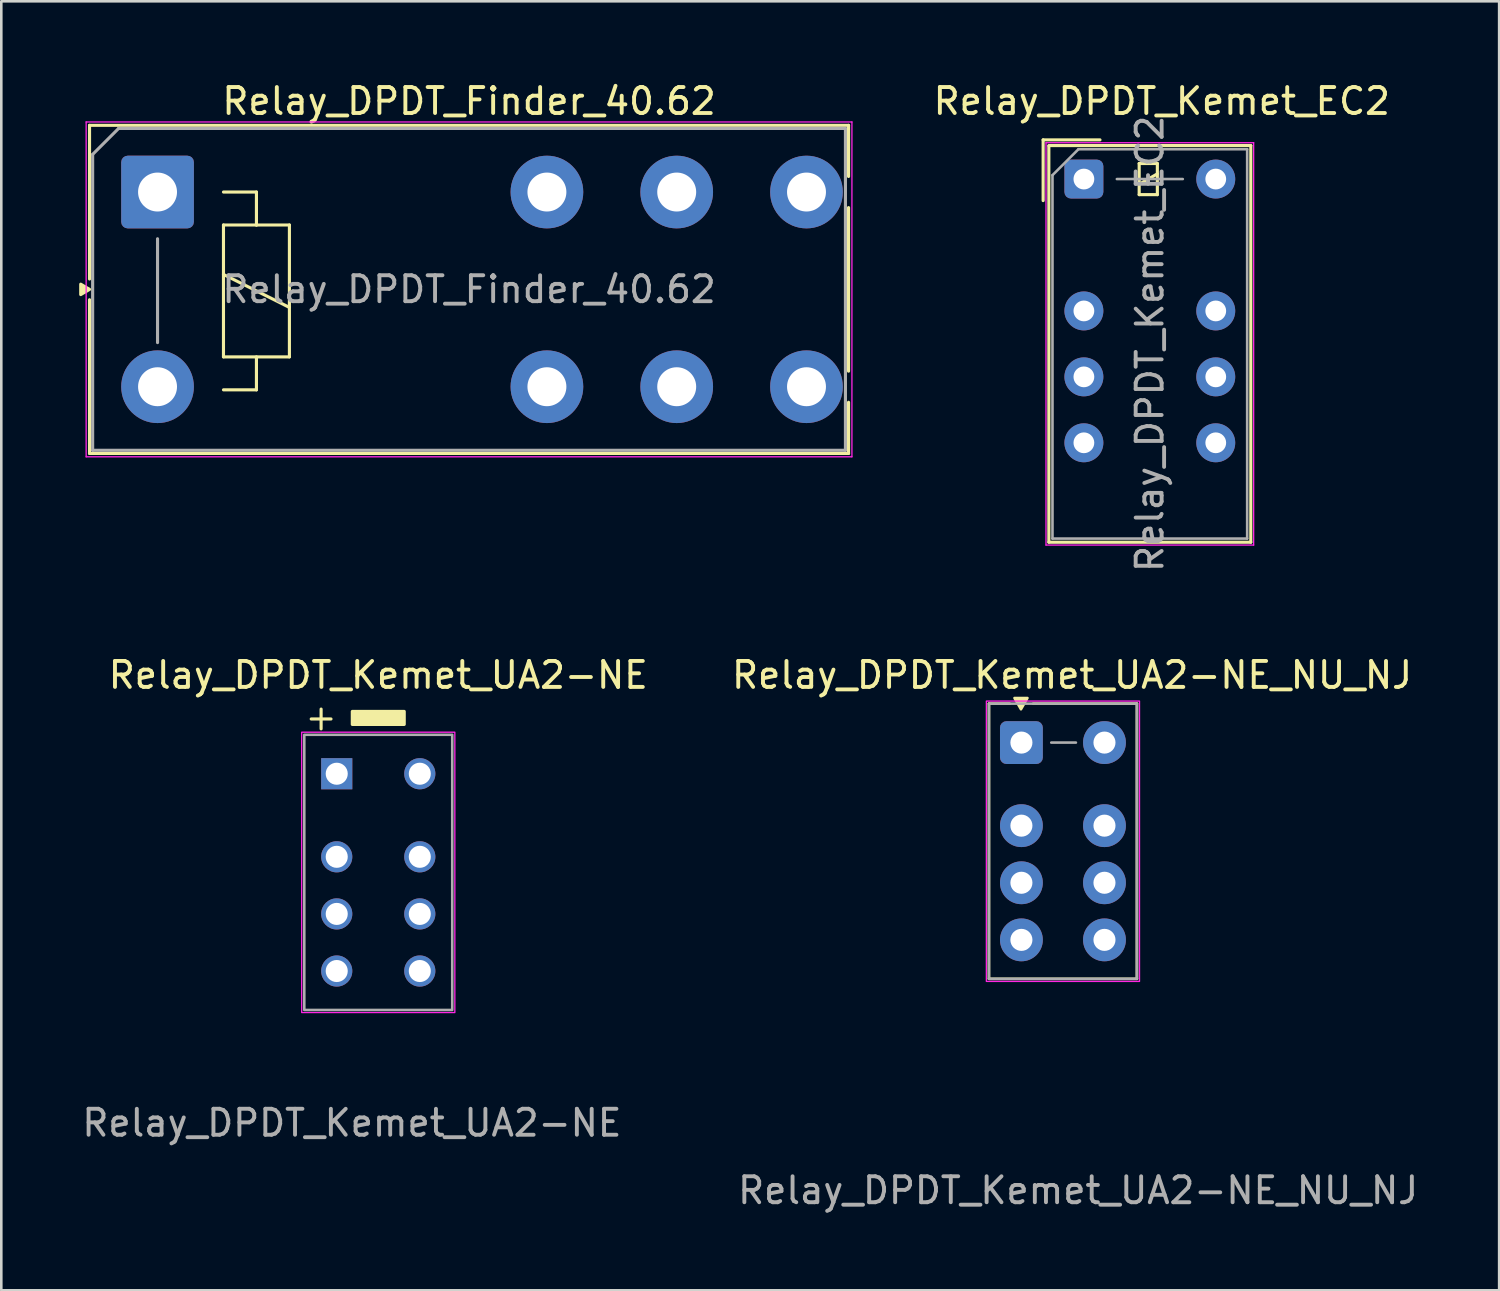
<source format=kicad_pcb>
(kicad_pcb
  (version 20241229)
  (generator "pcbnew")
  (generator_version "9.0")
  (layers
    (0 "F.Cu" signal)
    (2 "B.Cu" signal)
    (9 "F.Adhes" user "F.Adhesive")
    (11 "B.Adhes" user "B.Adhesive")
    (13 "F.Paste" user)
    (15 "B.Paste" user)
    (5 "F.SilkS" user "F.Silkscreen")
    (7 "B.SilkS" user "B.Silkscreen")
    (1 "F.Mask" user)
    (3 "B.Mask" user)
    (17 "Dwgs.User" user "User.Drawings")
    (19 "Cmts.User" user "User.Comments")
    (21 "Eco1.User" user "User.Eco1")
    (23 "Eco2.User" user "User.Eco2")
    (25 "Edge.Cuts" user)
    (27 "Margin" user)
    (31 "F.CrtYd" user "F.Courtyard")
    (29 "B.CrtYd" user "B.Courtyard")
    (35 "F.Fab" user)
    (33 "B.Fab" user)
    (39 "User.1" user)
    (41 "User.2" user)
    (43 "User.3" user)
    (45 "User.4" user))
  (footprint "Relay_DPDT_Kemet_UA2-NE_NU_NJ"
    (layer "F.Cu")
    (at 36.298 25.557)
    (property "Reference" "Relay_DPDT_Kemet_UA2-NE_NU_NJ" (at 1.95 -2.6 0) (unlocked yes) (layer "F.SilkS") (effects (font (size 1 1) (thickness 0.15))))
    (attr through_hole)
    (fp_line (start -1.25 -1.5) (end -0.45 -1.5) (stroke (width 0.1) (type default)) (layer "F.SilkS"))
    (fp_line (start -1.25 9.1) (end -1.25 -1.5) (stroke (width 0.1) (type default)) (layer "F.SilkS"))
    (fp_line (start 0.45 -1.5) (end 4.45 -1.5) (stroke (width 0.1) (type default)) (layer "F.SilkS"))
    (fp_line (start 4.45 -1.5) (end 4.45 9.1) (stroke (width 0.1) (type default)) (layer "F.SilkS"))
    (fp_line (start 4.45 9.1) (end -1.25 9.1) (stroke (width 0.1) (type default)) (layer "F.SilkS"))
    (fp_poly (pts (xy 0.233 -1.717) (xy -0.017 -1.283) (xy -0.267 -1.717)) (stroke (width 0.1) (type solid)) (fill yes) (layer "F.SilkS"))
    (fp_rect (start -1.35 -1.6) (end 4.55 9.2) (stroke (width 0.05) (type default)) (fill no) (layer "F.CrtYd"))
    (fp_line (start 1.15 0) (end 2.1 0) (stroke (width 0.1) (type default)) (layer "F.Fab"))
    (fp_rect (start -1.25 -1.5) (end 4.45 9.1) (stroke (width 0.1) (type default)) (fill no) (layer "F.Fab"))
    (fp_text user "${REFERENCE}" (at 2.184 17.252 0) (unlocked yes) (layer "F.Fab") (effects (font (size 1 1) (thickness 0.15))))
    (pad "11" thru_hole circle (at 0 5.4) (size 1.65 1.65) (drill 0.85) (layers "*.Cu" "*.Mask"))
    (pad "12" thru_hole circle (at 0 3.2) (size 1.65 1.65) (drill 0.85) (layers "*.Cu" "*.Mask"))
    (pad "14" thru_hole circle (at 0 7.6) (size 1.65 1.65) (drill 0.85) (layers "*.Cu" "*.Mask"))
    (pad "21" thru_hole circle (at 3.2 5.4) (size 1.65 1.65) (drill 0.85) (layers "*.Cu" "*.Mask"))
    (pad "22" thru_hole circle (at 3.2 3.2) (size 1.65 1.65) (drill 0.85) (layers "*.Cu" "*.Mask"))
    (pad "24" thru_hole circle (at 3.2 7.6) (size 1.65 1.65) (drill 0.85) (layers "*.Cu" "*.Mask"))
    (pad "A1" thru_hole roundrect (at 0 0) (size 1.65 1.65) (drill 0.85) (layers "*.Cu" "*.Mask") (roundrect_rratio 0.152))
    (pad "A2" thru_hole circle (at 3.2 0) (size 1.65 1.65) (drill 0.85) (layers "*.Cu" "*.Mask")))
  (footprint "Relay_DPDT_Finder_40.62"
    (layer "F.Cu")
    (at 3.019 4.348)
    (property "Reference" "Relay_DPDT_Finder_40.62" (at 12 -3.5 0) (layer "F.SilkS") (effects (font (size 1 1) (thickness 0.15))))
    (attr through_hole)
    (fp_line (start -2.62 -2.57) (end 26.62 -2.57) (stroke (width 0.12) (type solid)) (layer "F.SilkS"))
    (fp_line (start -2.62 3.35) (end -2.62 -2.57) (stroke (width 0.12) (type solid)) (layer "F.SilkS"))
    (fp_line (start -2.62 4.15) (end -2.62 10.07) (stroke (width 0.12) (type solid)) (layer "F.SilkS"))
    (fp_line (start 2.54 0) (end 3.81 0) (stroke (width 0.12) (type solid)) (layer "F.SilkS"))
    (fp_line (start 2.54 1.27) (end 3.81 1.27) (stroke (width 0.12) (type solid)) (layer "F.SilkS"))
    (fp_line (start 2.54 3.175) (end 5.08 4.445) (stroke (width 0.12) (type solid)) (layer "F.SilkS"))
    (fp_line (start 2.54 6.35) (end 2.54 1.27) (stroke (width 0.12) (type solid)) (layer "F.SilkS"))
    (fp_line (start 3.81 0) (end 3.81 1.27) (stroke (width 0.12) (type solid)) (layer "F.SilkS"))
    (fp_line (start 3.81 1.27) (end 5.08 1.27) (stroke (width 0.12) (type solid)) (layer "F.SilkS"))
    (fp_line (start 3.81 6.35) (end 3.81 7.62) (stroke (width 0.12) (type solid)) (layer "F.SilkS"))
    (fp_line (start 3.81 7.62) (end 2.54 7.62) (stroke (width 0.12) (type solid)) (layer "F.SilkS"))
    (fp_line (start 5.08 1.27) (end 5.08 6.35) (stroke (width 0.12) (type solid)) (layer "F.SilkS"))
    (fp_line (start 5.08 6.35) (end 2.54 6.35) (stroke (width 0.12) (type solid)) (layer "F.SilkS"))
    (fp_line (start 26.62 -0.6) (end 26.62 -2.57) (stroke (width 0.12) (type solid)) (layer "F.SilkS"))
    (fp_line (start 26.62 0.6) (end 26.62 6.9) (stroke (width 0.12) (type solid)) (layer "F.SilkS"))
    (fp_line (start 26.62 10.07) (end -2.62 10.07) (stroke (width 0.12) (type solid)) (layer "F.SilkS"))
    (fp_line (start 26.62 10.07) (end 26.62 8.1) (stroke (width 0.12) (type solid)) (layer "F.SilkS"))
    (fp_poly (pts (xy -2.62 3.75) (xy -2.959 3.95) (xy -2.959 3.55) (xy -2.62 3.75)) (stroke (width 0.12) (type solid)) (fill yes) (layer "F.SilkS"))
    (fp_line (start -2.75 -2.7) (end -2.75 10.2) (stroke (width 0.05) (type solid)) (layer "F.CrtYd"))
    (fp_line (start -2.75 -2.7) (end 26.75 -2.7) (stroke (width 0.05) (type solid)) (layer "F.CrtYd"))
    (fp_line (start 26.75 10.2) (end -2.75 10.2) (stroke (width 0.05) (type solid)) (layer "F.CrtYd"))
    (fp_line (start 26.75 10.2) (end 26.75 -2.7) (stroke (width 0.05) (type solid)) (layer "F.CrtYd"))
    (fp_line (start -2.5 -1.45) (end -1.5 -2.45) (stroke (width 0.12) (type default)) (layer "F.Fab"))
    (fp_line (start -2.5 9.95) (end -2.5 -1.45) (stroke (width 0.12) (type solid)) (layer "F.Fab"))
    (fp_line (start -2.5 9.95) (end 26.5 9.95) (stroke (width 0.12) (type solid)) (layer "F.Fab"))
    (fp_line (start 0 1.8) (end 0 5.8) (stroke (width 0.12) (type solid)) (layer "F.Fab"))
    (fp_line (start 26.5 -2.45) (end -1.5 -2.45) (stroke (width 0.12) (type solid)) (layer "F.Fab"))
    (fp_line (start 26.5 9.95) (end 26.5 -2.45) (stroke (width 0.12) (type solid)) (layer "F.Fab"))
    (fp_text user "${REFERENCE}" (at 12 3.75 0) (layer "F.Fab") (effects (font (size 1 1) (thickness 0.15))))
    (pad "11" thru_hole circle (at 20 0) (size 2.8 2.8) (drill 1.5) (layers "*.Cu" "*.Mask"))
    (pad "12" thru_hole circle (at 15 0) (size 2.8 2.8) (drill 1.5) (layers "*.Cu" "*.Mask"))
    (pad "14" thru_hole circle (at 25 0) (size 2.8 2.8) (drill 1.5) (layers "*.Cu" "*.Mask"))
    (pad "21" thru_hole circle (at 20 7.5) (size 2.8 2.8) (drill 1.5) (layers "*.Cu" "*.Mask"))
    (pad "22" thru_hole circle (at 15 7.5) (size 2.8 2.8) (drill 1.5) (layers "*.Cu" "*.Mask"))
    (pad "24" thru_hole circle (at 25 7.5) (size 2.8 2.8) (drill 1.5) (layers "*.Cu" "*.Mask"))
    (pad "A1" thru_hole roundrect (at 0 0) (size 2.8 2.8) (drill 1.5) (layers "*.Cu" "*.Mask") (roundrect_rratio 0.089))
    (pad "A2" thru_hole circle (at 0 7.5) (size 2.8 2.8) (drill 1.5) (layers "*.Cu" "*.Mask")))
  (footprint "Relay_DPDT_Kemet_EC2"
    (layer "F.Cu")
    (at 38.705 3.848)
    (property "Reference" "Relay_DPDT_Kemet_EC2" (at 3 -3 180) (layer "F.SilkS") (effects (font (size 1 1) (thickness 0.15))))
    (attr through_hole)
    (fp_line (start -1.57 -1.51) (end 0.62 -1.51) (stroke (width 0.12) (type solid)) (layer "F.SilkS"))
    (fp_line (start -1.57 0.83) (end -1.57 -1.51) (stroke (width 0.12) (type solid)) (layer "F.SilkS"))
    (fp_line (start -1.35 -1.27) (end -1.35 13.99) (stroke (width 0.12) (type solid)) (layer "F.SilkS"))
    (fp_line (start 2.13 -0.6) (end 2.13 0.6) (stroke (width 0.12) (type solid)) (layer "F.SilkS"))
    (fp_line (start 2.13 0.2) (end 2.83 -0.2) (stroke (width 0.12) (type solid)) (layer "F.SilkS"))
    (fp_line (start 2.13 0.6) (end 2.83 0.6) (stroke (width 0.12) (type solid)) (layer "F.SilkS"))
    (fp_line (start 2.83 -0.6) (end 2.13 -0.6) (stroke (width 0.12) (type solid)) (layer "F.SilkS"))
    (fp_line (start 2.83 0.6) (end 2.83 -0.6) (stroke (width 0.12) (type solid)) (layer "F.SilkS"))
    (fp_line (start 6.43 -1.29) (end -1.35 -1.29) (stroke (width 0.12) (type solid)) (layer "F.SilkS"))
    (fp_line (start 6.43 -1.29) (end 6.43 13.99) (stroke (width 0.12) (type solid)) (layer "F.SilkS"))
    (fp_line (start 6.43 13.99) (end -1.35 13.99) (stroke (width 0.12) (type solid)) (layer "F.SilkS"))
    (fp_line (start -1.46 -1.4) (end -1.46 14.1) (stroke (width 0.05) (type solid)) (layer "F.CrtYd"))
    (fp_line (start -1.46 14.1) (end 6.54 14.1) (stroke (width 0.05) (type solid)) (layer "F.CrtYd"))
    (fp_line (start 6.54 -1.4) (end -1.46 -1.4) (stroke (width 0.05) (type solid)) (layer "F.CrtYd"))
    (fp_line (start 6.54 -1.4) (end 6.54 14.1) (stroke (width 0.05) (type solid)) (layer "F.CrtYd"))
    (fp_line (start -1.21 -0.15) (end -1.21 13.85) (stroke (width 0.1) (type solid)) (layer "F.Fab"))
    (fp_line (start -1.21 -0.15) (end -0.21 -1.15) (stroke (width 0.1) (type solid)) (layer "F.Fab"))
    (fp_line (start 1.27 0) (end 3.81 0) (stroke (width 0.1) (type solid)) (layer "F.Fab"))
    (fp_line (start 6.29 -1.15) (end -0.21 -1.15) (stroke (width 0.1) (type solid)) (layer "F.Fab"))
    (fp_line (start 6.29 -1.15) (end 6.29 13.85) (stroke (width 0.1) (type solid)) (layer "F.Fab"))
    (fp_line (start 6.29 13.85) (end -1.21 13.85) (stroke (width 0.1) (type solid)) (layer "F.Fab"))
    (fp_text user "${REFERENCE}" (at 2.54 6.35 90) (layer "F.Fab") (effects (font (size 1 1) (thickness 0.15))))
    (pad "1" thru_hole roundrect (at 0 0) (size 1.5 1.5) (drill 0.8) (layers "*.Cu" "*.Mask") (roundrect_rratio 0.167))
    (pad "3" thru_hole circle (at 0 5.08) (size 1.5 1.5) (drill 0.8) (layers "*.Cu" "*.Mask"))
    (pad "4" thru_hole circle (at 0 7.62) (size 1.5 1.5) (drill 0.8) (layers "*.Cu" "*.Mask"))
    (pad "5" thru_hole circle (at 0 10.16) (size 1.5 1.5) (drill 0.8) (layers "*.Cu" "*.Mask"))
    (pad "8" thru_hole circle (at 5.08 10.16) (size 1.5 1.5) (drill 0.8) (layers "*.Cu" "*.Mask"))
    (pad "9" thru_hole circle (at 5.08 7.62) (size 1.5 1.5) (drill 0.8) (layers "*.Cu" "*.Mask"))
    (pad "10" thru_hole circle (at 5.08 5.08) (size 1.5 1.5) (drill 0.8) (layers "*.Cu" "*.Mask"))
    (pad "12" thru_hole circle (at 5.08 0) (size 1.5 1.5) (drill 0.8) (layers "*.Cu" "*.Mask")))
  (footprint "Relay_DPDT_Kemet_UA2-NE"
    (layer "F.Cu")
    (at 9.922 26.757)
    (property "Reference" "Relay_DPDT_Kemet_UA2-NE" (at 1.6 -3.8 0) (unlocked yes) (layer "F.SilkS") (effects (font (size 1 1) (thickness 0.15))))
    (attr through_hole)
    (fp_rect (start 0.6 -2.4) (end 2.6 -1.9) (stroke (width 0.12) (type solid)) (fill yes) (layer "F.SilkS"))
    (fp_rect (start -1.35 -1.6) (end 4.55 9.2) (stroke (width 0.05) (type default)) (fill no) (layer "F.CrtYd"))
    (fp_rect (start -1.25 -1.5) (end 4.45 9.1) (stroke (width 0.1) (type default)) (fill no) (layer "F.Fab"))
    (fp_text user "+" (at -1.3 -1.6 0) (unlocked yes) (layer "F.SilkS") (effects (font (size 1 1) (thickness 0.12)) (justify left bottom)))
    (fp_text user "${REFERENCE}" (at 0.584 13.452 0) (unlocked yes) (layer "F.Fab") (effects (font (size 1 1) (thickness 0.15))))
    (pad "1" thru_hole rect (at 0 0) (size 1.2 1.2) (drill 0.85) (layers "*.Cu" "*.Mask"))
    (pad "2" thru_hole circle (at 0 3.2) (size 1.2 1.2) (drill 0.85) (layers "*.Cu" "*.Mask"))
    (pad "3" thru_hole circle (at 0 5.4) (size 1.2 1.2) (drill 0.85) (layers "*.Cu" "*.Mask"))
    (pad "4" thru_hole circle (at 0 7.6) (size 1.2 1.2) (drill 0.85) (layers "*.Cu" "*.Mask"))
    (pad "5" thru_hole circle (at 3.2 7.6) (size 1.2 1.2) (drill 0.85) (layers "*.Cu" "*.Mask"))
    (pad "6" thru_hole circle (at 3.2 5.4) (size 1.2 1.2) (drill 0.85) (layers "*.Cu" "*.Mask"))
    (pad "7" thru_hole circle (at 3.2 3.2) (size 1.2 1.2) (drill 0.85) (layers "*.Cu" "*.Mask"))
    (pad "8" thru_hole circle (at 3.2 0) (size 1.2 1.2) (drill 0.85) (layers "*.Cu" "*.Mask")))
  (gr_rect
    (start -3 -3)
    (end 54.702 46.657)
    (stroke (width 0.1) (type default))
    (fill no)
    (layer "Edge.Cuts")))
</source>
